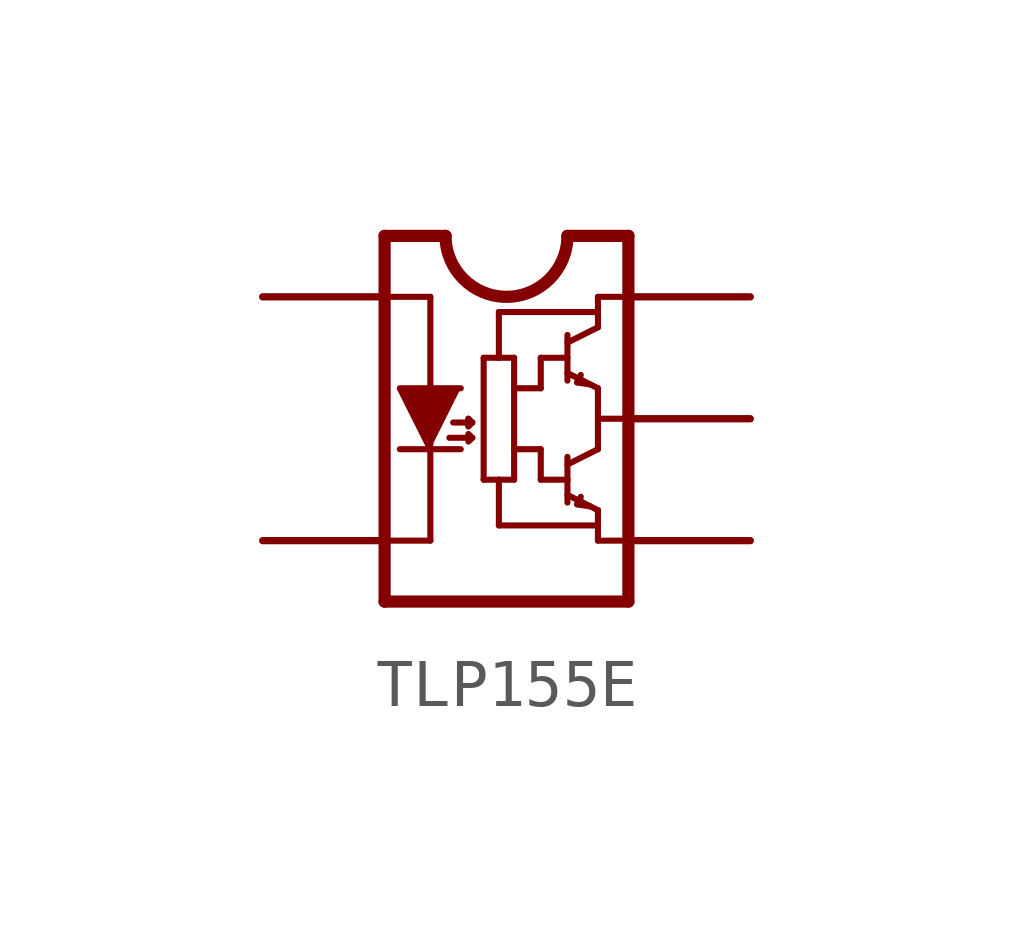
<source format=kicad_sym>
(kicad_symbol_lib
  (version 20220914)
  (generator kicad_symbol_editor)
  (symbol "TLP155E"
    (property "Reference" ""
      (at -3.81 4.445 0)
      (effects (font (size 0.813 0.691)) (justify left bottom) hide))
    (property "ki_locked" ""
      (at 0 0 0)
      (effects (font (size 1.27 1.27))))
    (symbol "TLP155E_1_0"
      (arc (start -1.27 3.81) (mid 0 2.54) (end 1.27 3.81) (stroke (width 0.254) (type solid)) (fill (type none)))
      (polyline (pts (xy -2.54 -3.81) (xy -2.54 -2.54)) (stroke (width 0.254) (type solid)) (fill (type none)))
      (polyline (pts (xy -2.54 -2.54) (xy -2.54 2.54)) (stroke (width 0.254) (type solid)) (fill (type none)))
      (polyline (pts (xy -2.54 2.54) (xy -2.54 3.81)) (stroke (width 0.254) (type solid)) (fill (type none)))
      (polyline (pts (xy -2.54 2.54) (xy -1.587 2.54)) (stroke (width 0.127) (type solid)) (fill (type none)))
      (polyline (pts (xy -2.54 3.81) (xy -1.27 3.81)) (stroke (width 0.254) (type solid)) (fill (type none)))
      (polyline (pts (xy -2.223 -0.635) (xy -0.953 -0.635)) (stroke (width 0.127) (type solid)) (fill (type none)))
      (polyline (pts (xy -1.587 -2.54) (xy -2.54 -2.54)) (stroke (width 0.127) (type solid)) (fill (type none)))
      (polyline (pts (xy -1.587 2.54) (xy -1.587 -2.54)) (stroke (width 0.127) (type solid)) (fill (type none)))
      (polyline (pts (xy -1.191 -0.397) (xy -0.714 -0.397)) (stroke (width 0.127) (type solid)) (fill (type none)))
      (polyline (pts (xy -1.111 -0.079) (xy -0.714 -0.079)) (stroke (width 0.127) (type solid)) (fill (type none)))
      (polyline (pts (xy -0.794 -0.159) (xy -0.794 0)) (stroke (width 0.127) (type solid)) (fill (type none)))
      (polyline (pts (xy -0.794 0) (xy -0.714 -0.079)) (stroke (width 0.127) (type solid)) (fill (type none)))
      (polyline (pts (xy -0.714 -0.397) (xy -0.794 -0.476)) (stroke (width 0.127) (type solid)) (fill (type none)))
      (polyline (pts (xy -0.714 -0.397) (xy -0.794 -0.318)) (stroke (width 0.127) (type solid)) (fill (type none)))
      (polyline (pts (xy -0.714 -0.079) (xy -0.794 -0.159)) (stroke (width 0.127) (type solid)) (fill (type none)))
      (polyline (pts (xy -0.476 -1.27) (xy -0.159 -1.27)) (stroke (width 0.127) (type solid)) (fill (type none)))
      (polyline (pts (xy -0.476 1.27) (xy -0.476 -1.27)) (stroke (width 0.127) (type solid)) (fill (type none)))
      (polyline (pts (xy -0.159 -1.27) (xy -0.159 -2.223)) (stroke (width 0.127) (type solid)) (fill (type none)))
      (polyline (pts (xy -0.159 -1.27) (xy 0.159 -1.27)) (stroke (width 0.127) (type solid)) (fill (type none)))
      (polyline (pts (xy -0.159 1.27) (xy -0.476 1.27)) (stroke (width 0.127) (type solid)) (fill (type none)))
      (polyline (pts (xy -0.159 2.223) (xy -0.159 1.27)) (stroke (width 0.127) (type solid)) (fill (type none)))
      (polyline (pts (xy 0.159 -1.27) (xy 0.159 -0.635)) (stroke (width 0.127) (type solid)) (fill (type none)))
      (polyline (pts (xy 0.159 -0.635) (xy 0.159 0.635)) (stroke (width 0.127) (type solid)) (fill (type none)))
      (polyline (pts (xy 0.159 -0.635) (xy 0.714 -0.635)) (stroke (width 0.127) (type solid)) (fill (type none)))
      (polyline (pts (xy 0.159 0.635) (xy 0.159 1.27)) (stroke (width 0.127) (type solid)) (fill (type none)))
      (polyline (pts (xy 0.159 1.27) (xy -0.159 1.27)) (stroke (width 0.127) (type solid)) (fill (type none)))
      (polyline (pts (xy 0.714 -1.27) (xy 1.27 -1.27)) (stroke (width 0.127) (type solid)) (fill (type none)))
      (polyline (pts (xy 0.714 -0.635) (xy 0.714 -1.27)) (stroke (width 0.127) (type solid)) (fill (type none)))
      (polyline (pts (xy 0.714 0.635) (xy 0.159 0.635)) (stroke (width 0.127) (type solid)) (fill (type none)))
      (polyline (pts (xy 0.714 1.27) (xy 0.714 0.635)) (stroke (width 0.127) (type solid)) (fill (type none)))
      (polyline (pts (xy 1.27 -1.746) (xy 1.27 -1.27)) (stroke (width 0.127) (type solid)) (fill (type none)))
      (polyline (pts (xy 1.27 -1.587) (xy 1.905 -1.905)) (stroke (width 0.127) (type solid)) (fill (type none)))
      (polyline (pts (xy 1.27 -1.27) (xy 1.27 -0.794)) (stroke (width 0.127) (type solid)) (fill (type none)))
      (polyline (pts (xy 1.27 -0.953) (xy 1.905 -0.635)) (stroke (width 0.127) (type solid)) (fill (type none)))
      (polyline (pts (xy 1.27 1.27) (xy 0.714 1.27)) (stroke (width 0.127) (type solid)) (fill (type none)))
      (polyline (pts (xy 1.27 1.587) (xy 1.905 1.905)) (stroke (width 0.127) (type solid)) (fill (type none)))
      (polyline (pts (xy 1.27 1.746) (xy 1.27 0.794)) (stroke (width 0.127) (type solid)) (fill (type none)))
      (polyline (pts (xy 1.27 3.81) (xy 2.54 3.81)) (stroke (width 0.254) (type solid)) (fill (type none)))
      (polyline (pts (xy 1.905 -2.54) (xy 2.54 -2.54)) (stroke (width 0.127) (type solid)) (fill (type none)))
      (polyline (pts (xy 1.905 -2.223) (xy -0.159 -2.223)) (stroke (width 0.127) (type solid)) (fill (type none)))
      (polyline (pts (xy 1.905 -2.223) (xy 1.905 -2.54)) (stroke (width 0.127) (type solid)) (fill (type none)))
      (polyline (pts (xy 1.905 -1.905) (xy 1.905 -2.223)) (stroke (width 0.127) (type solid)) (fill (type none)))
      (polyline (pts (xy 1.905 0) (xy 1.905 -0.635)) (stroke (width 0.127) (type solid)) (fill (type none)))
      (polyline (pts (xy 1.905 0) (xy 2.54 0)) (stroke (width 0.127) (type solid)) (fill (type none)))
      (polyline (pts (xy 1.905 0.635) (xy 1.27 0.953)) (stroke (width 0.127) (type solid)) (fill (type none)))
      (polyline (pts (xy 1.905 0.635) (xy 1.905 0)) (stroke (width 0.127) (type solid)) (fill (type none)))
      (polyline (pts (xy 1.905 2.223) (xy -0.159 2.223)) (stroke (width 0.127) (type solid)) (fill (type none)))
      (polyline (pts (xy 1.905 2.223) (xy 1.905 1.905)) (stroke (width 0.127) (type solid)) (fill (type none)))
      (polyline (pts (xy 1.905 2.54) (xy 1.905 2.223)) (stroke (width 0.127) (type solid)) (fill (type none)))
      (polyline (pts (xy 2.54 -3.81) (xy -2.54 -3.81)) (stroke (width 0.254) (type solid)) (fill (type none)))
      (polyline (pts (xy 2.54 -2.54) (xy 2.54 -3.81)) (stroke (width 0.254) (type solid)) (fill (type none)))
      (polyline (pts (xy 2.54 0) (xy 2.54 -2.54)) (stroke (width 0.254) (type solid)) (fill (type none)))
      (polyline (pts (xy 2.54 2.54) (xy 1.905 2.54)) (stroke (width 0.127) (type solid)) (fill (type none)))
      (polyline (pts (xy 2.54 2.54) (xy 2.54 0)) (stroke (width 0.254) (type solid)) (fill (type none)))
      (polyline (pts (xy 2.54 3.81) (xy 2.54 2.54)) (stroke (width 0.254) (type solid)) (fill (type none)))
      (polyline (pts (xy -1.587 -0.635) (xy -2.223 0.635) (xy -0.953 0.635)) (stroke (width 0.127) (type solid)) (fill (type outline)))
      (polyline (pts (xy 1.746 -1.826) (xy 1.468 -1.786) (xy 1.548 -1.627)) (stroke (width 0.127) (type solid)) (fill (type outline)))
      (polyline (pts (xy 1.746 0.714) (xy 1.468 0.754) (xy 1.548 0.913)) (stroke (width 0.127) (type solid)) (fill (type outline)))
      (pin passive line (at -5.08 2.54 0) (length 2.54) (name "ANODE" (effects (font (size 0 0)))) (number "ANODE" (effects (font (size 0 0)))))
      (pin passive line (at -5.08 -2.54 0) (length 2.54) (name "CATHODE" (effects (font (size 0 0)))) (number "CATHODE" (effects (font (size 0 0)))))
      (pin passive line (at 5.08 -2.54 180) (length 2.54) (name "GND" (effects (font (size 0 0)))) (number "GND" (effects (font (size 0 0)))))
      (pin passive line (at 5.08 2.54 180) (length 2.54) (name "VCC" (effects (font (size 0 0)))) (number "VCC" (effects (font (size 0 0)))))
      (pin passive line (at 5.08 0 180) (length 2.54) (name "VOUT" (effects (font (size 0 0)))) (number "VOUT" (effects (font (size 0 0))))))))
</source>
